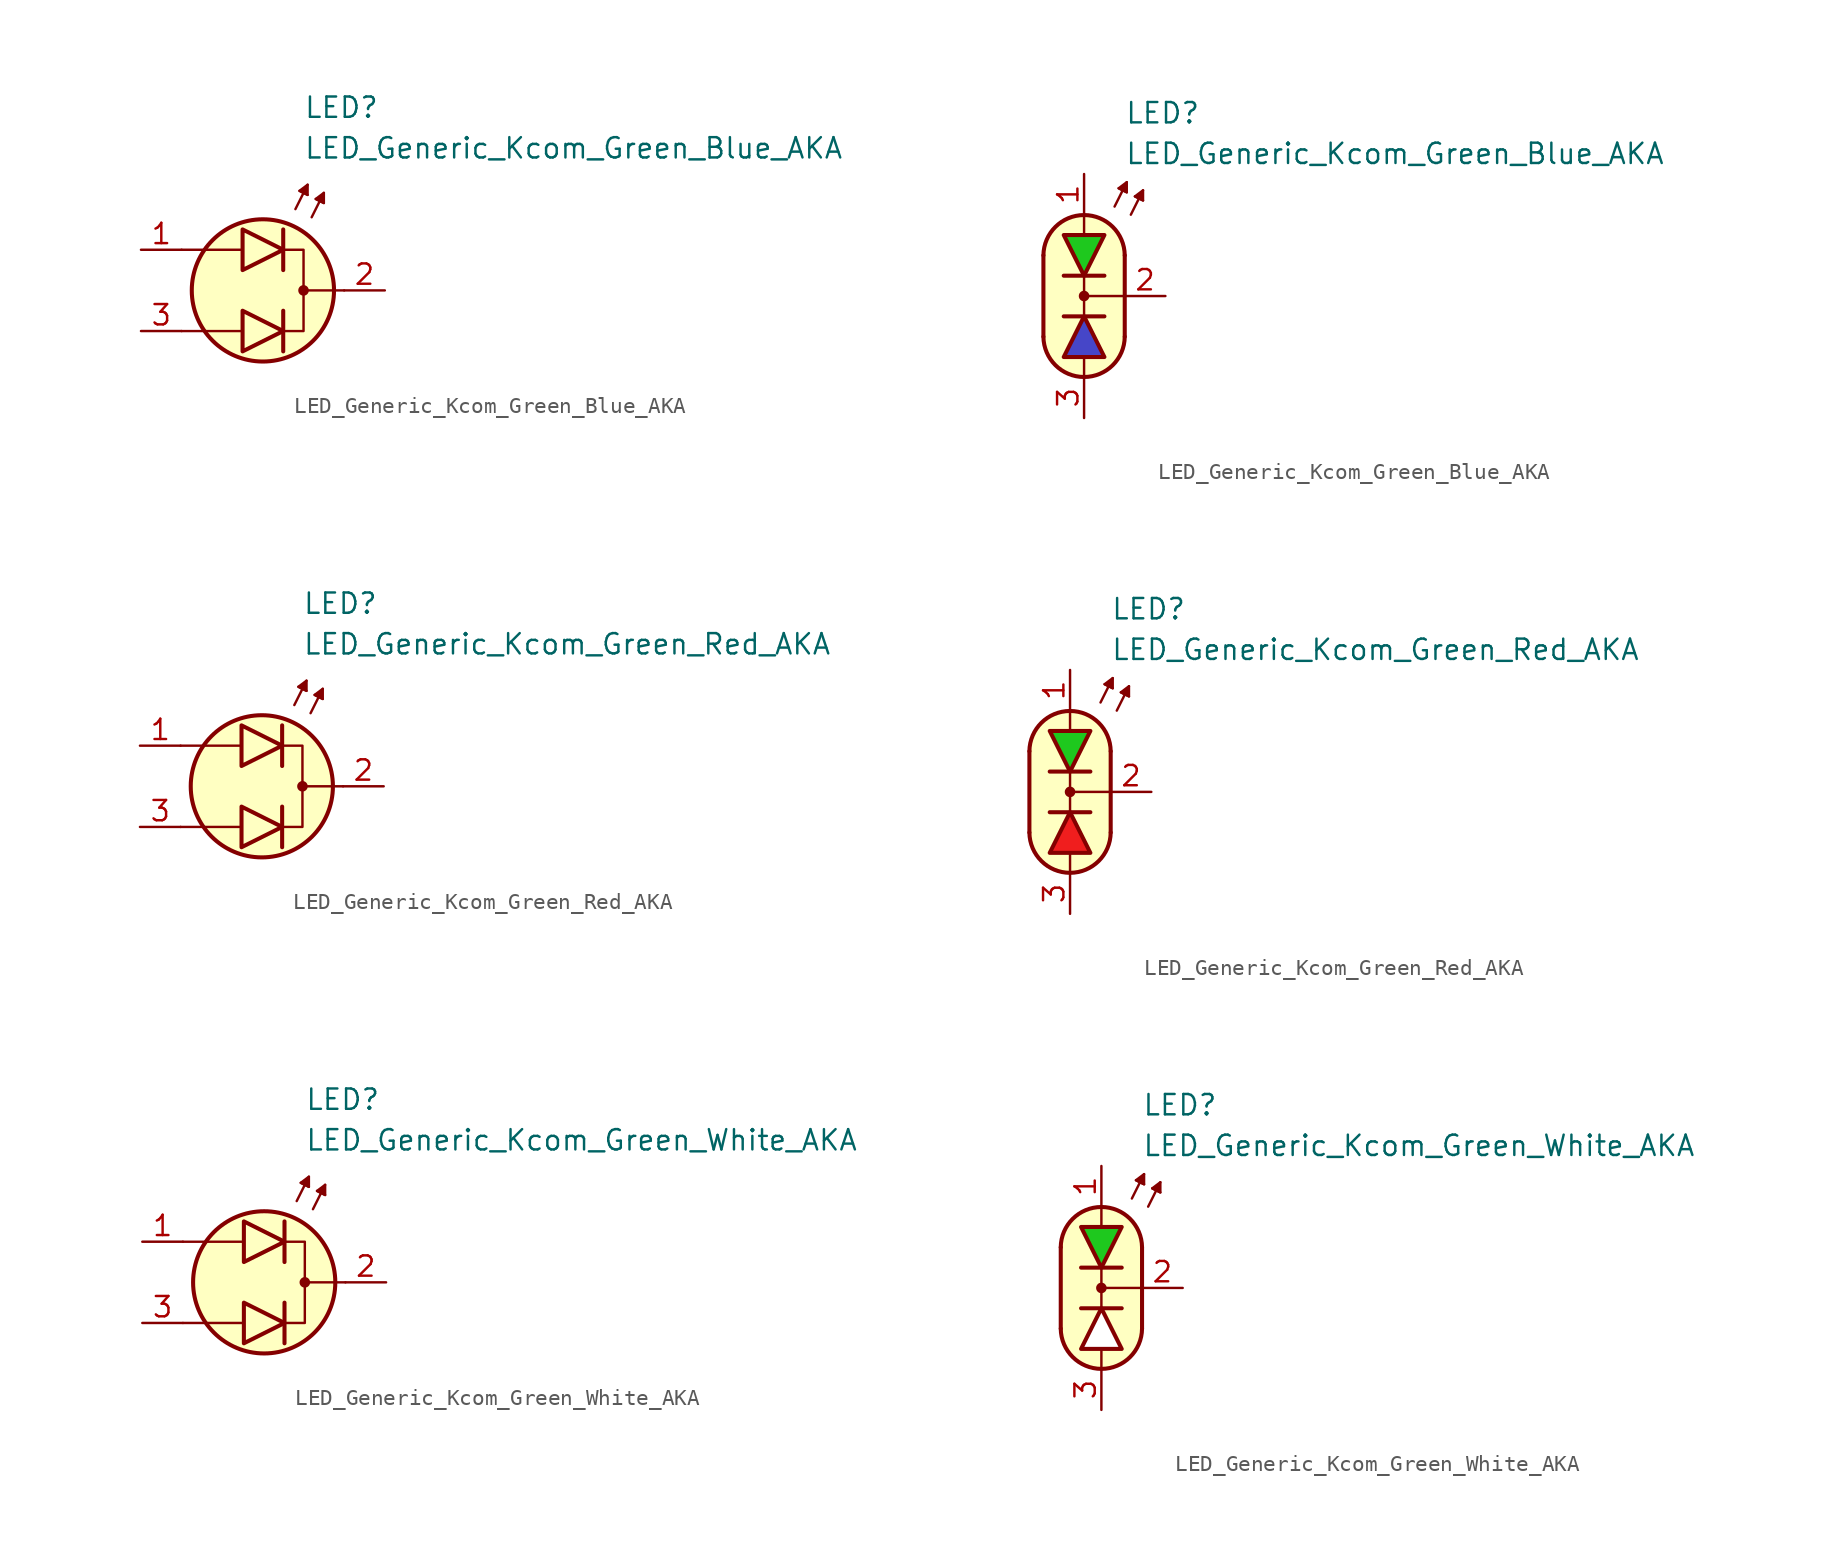
<source format=kicad_sym>
(kicad_symbol_lib
  (version 20231120)
  (generator "kicad_symbol_editor")
  (generator_version "8.0")
  (symbol "LED_Generic_Kcom_Green_Blue_AKA"
    (pin_names
      (offset 1.016) hide)
    (property "Reference" "LED"
      (at 2.54 11.43 0)
      (effects (font (size 1.27 1.27)) (justify left)))
    (property "Value" "LED_Generic_Kcom_Green_Blue_AKA"
      (at 2.54 8.89 0)
      (effects (font (size 1.27 1.27)) (justify left)))
    (symbol "LED_Generic_Kcom_Green_Blue_AKA_0_1"
      (polyline (pts (xy -1.397 -2.54) (xy -5.08 -2.54)) (stroke (width 0.152) (type default)) (fill (type none)))
      (polyline (pts (xy -1.397 2.54) (xy -5.08 2.54)) (stroke (width 0.152) (type default)) (fill (type none)))
      (polyline (pts (xy 1.27 -1.27) (xy 1.27 -3.81)) (stroke (width 0.254) (type default)) (fill (type none)))
      (polyline (pts (xy 1.27 3.81) (xy 1.27 1.27)) (stroke (width 0.254) (type default)) (fill (type none)))
      (polyline (pts (xy 2.032 5.08) (xy 2.794 6.604)) (stroke (width 0.152) (type default)) (fill (type none)))
      (polyline (pts (xy 2.54 6.096) (xy 2.286 6.223)) (stroke (width 0.152) (type default)) (fill (type none)))
      (polyline (pts (xy 2.54 6.096) (xy 2.794 5.969)) (stroke (width 0.152) (type default)) (fill (type none)))
      (polyline (pts (xy 3.048 4.572) (xy 3.81 6.096)) (stroke (width 0.152) (type default)) (fill (type none)))
      (polyline (pts (xy 3.556 5.588) (xy 3.302 5.715)) (stroke (width 0.152) (type default)) (fill (type none)))
      (polyline (pts (xy 3.556 5.588) (xy 3.81 5.461)) (stroke (width 0.152) (type default)) (fill (type none)))
      (polyline (pts (xy 5.08 0) (xy 2.54 0)) (stroke (width 0.152) (type default)) (fill (type none)))
      (polyline (pts (xy -1.27 -1.27) (xy -1.27 -3.81) (xy 1.27 -2.54) (xy -1.27 -1.27)) (stroke (width 0.254) (type default)) (fill (type color) (color 70 70 200 1)))
      (polyline (pts (xy -1.27 3.81) (xy -1.27 1.27) (xy 1.27 2.54) (xy -1.27 3.81)) (stroke (width 0.254) (type default)) (fill (type color) (color 30 200 30 1)))
      (polyline (pts (xy 1.27 2.54) (xy 2.54 2.54) (xy 2.54 -2.54) (xy 1.27 -2.54)) (stroke (width 0.152) (type default)) (fill (type none)))
      (polyline (pts (xy 2.794 5.969) (xy 2.286 6.223) (xy 2.794 6.604) (xy 2.794 5.969)) (stroke (width 0.152) (type default)) (fill (type outline)))
      (polyline (pts (xy 3.81 5.461) (xy 3.302 5.715) (xy 3.81 6.096) (xy 3.81 5.461)) (stroke (width 0.152) (type default)) (fill (type outline)))
      (circle (center 0 0) (radius 4.445) (stroke (width 0.254) (type default)) (fill (type background)))
      (circle (center 2.54 0) (radius 0.254) (stroke (width 0) (type default)) (fill (type outline))))
    (symbol "LED_Generic_Kcom_Green_Blue_AKA_0_2"
      (arc (start -2.54 -2.54) (mid 0 -5.0576) (end 2.54 -2.54) (stroke (width 0.254) (type default)) (fill (type none)))
      (polyline (pts (xy -2.54 2.54) (xy -2.54 -2.54)) (stroke (width 0.254) (type default)) (fill (type none)))
      (polyline (pts (xy -1.27 -1.27) (xy 1.27 -1.27)) (stroke (width 0.254) (type default)) (fill (type none)))
      (polyline (pts (xy 0 -5.08) (xy 0 -3.81)) (stroke (width 0) (type default)) (fill (type none)))
      (polyline (pts (xy 0 -1.27) (xy 0 1.27)) (stroke (width 0) (type default)) (fill (type none)))
      (polyline (pts (xy 0 5.08) (xy 0 3.81)) (stroke (width 0) (type default)) (fill (type none)))
      (polyline (pts (xy 1.27 1.27) (xy -1.27 1.27)) (stroke (width 0.254) (type default)) (fill (type none)))
      (polyline (pts (xy 1.905 5.588) (xy 2.667 7.112)) (stroke (width 0.152) (type default)) (fill (type none)))
      (polyline (pts (xy 2.413 6.604) (xy 2.159 6.731)) (stroke (width 0.152) (type default)) (fill (type none)))
      (polyline (pts (xy 2.413 6.604) (xy 2.667 6.477)) (stroke (width 0.152) (type default)) (fill (type none)))
      (polyline (pts (xy 2.54 -2.54) (xy 2.54 2.54)) (stroke (width 0.254) (type default)) (fill (type none)))
      (polyline (pts (xy 2.54 0) (xy 0 0)) (stroke (width 0) (type default)) (fill (type none)))
      (polyline (pts (xy 2.921 5.08) (xy 3.683 6.604)) (stroke (width 0.152) (type default)) (fill (type none)))
      (polyline (pts (xy 3.429 6.096) (xy 3.175 6.223)) (stroke (width 0.152) (type default)) (fill (type none)))
      (polyline (pts (xy 3.429 6.096) (xy 3.683 5.969)) (stroke (width 0.152) (type default)) (fill (type none)))
      (polyline (pts (xy 2.667 6.477) (xy 2.159 6.731) (xy 2.667 7.112) (xy 2.667 6.477)) (stroke (width 0.152) (type default)) (fill (type outline)))
      (polyline (pts (xy 3.683 5.969) (xy 3.175 6.223) (xy 3.683 6.604) (xy 3.683 5.969)) (stroke (width 0.152) (type default)) (fill (type outline)))
      (polyline (pts (xy 0 5.08) (xy 1.016 4.826) (xy 1.778 4.318) (xy 2.286 3.556) (xy 2.54 3.048) (xy 2.54 -2.794) (xy 2.286 -3.556) (xy 1.778 -4.318) (xy 1.016 -4.826) (xy 0.254 -5.08) (xy -0.254 -5.08) (xy -1.016 -4.826) (xy -1.524 -4.572) (xy -2.032 -4.064) (xy -2.286 -3.556) (xy -2.54 -2.794) (xy -2.54 2.794) (xy -2.286 3.556) (xy -2.032 4.064) (xy -1.524 4.572) (xy -1.016 4.826) (xy 0 5.08)) (stroke (width 0.01) (type default)) (fill (type background)))
      (circle (center 0 0) (radius 0.254) (stroke (width 0) (type default)) (fill (type outline)))
      (arc (start 2.54 2.54) (mid 0 5.0576) (end -2.54 2.54) (stroke (width 0.254) (type default)) (fill (type none))))
    (symbol "LED_Generic_Kcom_Green_Blue_AKA_1_1"
      (pin passive line (at -7.62 2.54 0) (length 2.54) (name "A1" (effects (font (size 1.27 1.27)))) (number "1" (effects (font (size 1.27 1.27)))))
      (pin passive line (at 7.62 0 180) (length 2.54) (name "K" (effects (font (size 1.27 1.27)))) (number "2" (effects (font (size 1.27 1.27)))))
      (pin passive line (at -7.62 -2.54 0) (length 2.54) (name "A2" (effects (font (size 1.27 1.27)))) (number "3" (effects (font (size 1.27 1.27))))))
    (symbol "LED_Generic_Kcom_Green_Blue_AKA_1_2"
      (polyline (pts (xy -1.27 -3.81) (xy 1.27 -3.81) (xy 0 -1.27) (xy -1.27 -3.81)) (stroke (width 0.254) (type default)) (fill (type color) (color 70 70 200 1)))
      (polyline (pts (xy 1.27 3.81) (xy -1.27 3.81) (xy 0 1.27) (xy 1.27 3.81)) (stroke (width 0.254) (type default)) (fill (type color) (color 30 200 30 1)))
      (pin passive line (at 0 7.62 270) (length 2.54) (name "A1" (effects (font (size 1.27 1.27)))) (number "1" (effects (font (size 1.27 1.27)))))
      (pin passive line (at 5.08 0 180) (length 2.54) (name "K" (effects (font (size 1.27 1.27)))) (number "2" (effects (font (size 1.27 1.27)))))
      (pin passive line (at 0 -7.62 90) (length 2.54) (name "A2" (effects (font (size 1.27 1.27)))) (number "3" (effects (font (size 1.27 1.27)))))))
  (symbol "LED_Generic_Kcom_Green_Red_AKA"
    (pin_names
      (offset 1.016) hide)
    (property "Reference" "LED"
      (at 2.54 11.43 0)
      (effects (font (size 1.27 1.27)) (justify left)))
    (property "Value" "LED_Generic_Kcom_Green_Red_AKA"
      (at 2.54 8.89 0)
      (effects (font (size 1.27 1.27)) (justify left)))
    (symbol "LED_Generic_Kcom_Green_Red_AKA_0_1"
      (polyline (pts (xy -1.397 -2.54) (xy -5.08 -2.54)) (stroke (width 0.152) (type default)) (fill (type none)))
      (polyline (pts (xy -1.397 2.54) (xy -5.08 2.54)) (stroke (width 0.152) (type default)) (fill (type none)))
      (polyline (pts (xy 1.27 -1.27) (xy 1.27 -3.81)) (stroke (width 0.254) (type default)) (fill (type none)))
      (polyline (pts (xy 1.27 3.81) (xy 1.27 1.27)) (stroke (width 0.254) (type default)) (fill (type none)))
      (polyline (pts (xy 2.032 5.08) (xy 2.794 6.604)) (stroke (width 0.152) (type default)) (fill (type none)))
      (polyline (pts (xy 2.54 6.096) (xy 2.286 6.223)) (stroke (width 0.152) (type default)) (fill (type none)))
      (polyline (pts (xy 2.54 6.096) (xy 2.794 5.969)) (stroke (width 0.152) (type default)) (fill (type none)))
      (polyline (pts (xy 3.048 4.572) (xy 3.81 6.096)) (stroke (width 0.152) (type default)) (fill (type none)))
      (polyline (pts (xy 3.556 5.588) (xy 3.302 5.715)) (stroke (width 0.152) (type default)) (fill (type none)))
      (polyline (pts (xy 3.556 5.588) (xy 3.81 5.461)) (stroke (width 0.152) (type default)) (fill (type none)))
      (polyline (pts (xy 5.08 0) (xy 2.54 0)) (stroke (width 0.152) (type default)) (fill (type none)))
      (polyline (pts (xy -1.27 -1.27) (xy -1.27 -3.81) (xy 1.27 -2.54) (xy -1.27 -1.27)) (stroke (width 0.254) (type default)) (fill (type color) (color 240 30 30 1)))
      (polyline (pts (xy -1.27 3.81) (xy -1.27 1.27) (xy 1.27 2.54) (xy -1.27 3.81)) (stroke (width 0.254) (type default)) (fill (type color) (color 30 200 30 1)))
      (polyline (pts (xy 1.27 2.54) (xy 2.54 2.54) (xy 2.54 -2.54) (xy 1.27 -2.54)) (stroke (width 0.152) (type default)) (fill (type none)))
      (polyline (pts (xy 2.794 5.969) (xy 2.286 6.223) (xy 2.794 6.604) (xy 2.794 5.969)) (stroke (width 0.152) (type default)) (fill (type outline)))
      (polyline (pts (xy 3.81 5.461) (xy 3.302 5.715) (xy 3.81 6.096) (xy 3.81 5.461)) (stroke (width 0.152) (type default)) (fill (type outline)))
      (circle (center 0 0) (radius 4.445) (stroke (width 0.254) (type default)) (fill (type background)))
      (circle (center 2.54 0) (radius 0.254) (stroke (width 0) (type default)) (fill (type outline))))
    (symbol "LED_Generic_Kcom_Green_Red_AKA_0_2"
      (arc (start -2.54 -2.54) (mid 0 -5.0576) (end 2.54 -2.54) (stroke (width 0.254) (type default)) (fill (type none)))
      (polyline (pts (xy -2.54 2.54) (xy -2.54 -2.54)) (stroke (width 0.254) (type default)) (fill (type none)))
      (polyline (pts (xy -1.27 -1.27) (xy 1.27 -1.27)) (stroke (width 0.254) (type default)) (fill (type none)))
      (polyline (pts (xy 0 -5.08) (xy 0 -3.81)) (stroke (width 0) (type default)) (fill (type none)))
      (polyline (pts (xy 0 -1.27) (xy 0 1.27)) (stroke (width 0) (type default)) (fill (type none)))
      (polyline (pts (xy 0 5.08) (xy 0 3.81)) (stroke (width 0) (type default)) (fill (type none)))
      (polyline (pts (xy 1.27 1.27) (xy -1.27 1.27)) (stroke (width 0.254) (type default)) (fill (type none)))
      (polyline (pts (xy 1.905 5.588) (xy 2.667 7.112)) (stroke (width 0.152) (type default)) (fill (type none)))
      (polyline (pts (xy 2.413 6.604) (xy 2.159 6.731)) (stroke (width 0.152) (type default)) (fill (type none)))
      (polyline (pts (xy 2.413 6.604) (xy 2.667 6.477)) (stroke (width 0.152) (type default)) (fill (type none)))
      (polyline (pts (xy 2.54 -2.54) (xy 2.54 2.54)) (stroke (width 0.254) (type default)) (fill (type none)))
      (polyline (pts (xy 2.54 0) (xy 0 0)) (stroke (width 0) (type default)) (fill (type none)))
      (polyline (pts (xy 2.921 5.08) (xy 3.683 6.604)) (stroke (width 0.152) (type default)) (fill (type none)))
      (polyline (pts (xy 3.429 6.096) (xy 3.175 6.223)) (stroke (width 0.152) (type default)) (fill (type none)))
      (polyline (pts (xy 3.429 6.096) (xy 3.683 5.969)) (stroke (width 0.152) (type default)) (fill (type none)))
      (polyline (pts (xy 2.667 6.477) (xy 2.159 6.731) (xy 2.667 7.112) (xy 2.667 6.477)) (stroke (width 0.152) (type default)) (fill (type outline)))
      (polyline (pts (xy 3.683 5.969) (xy 3.175 6.223) (xy 3.683 6.604) (xy 3.683 5.969)) (stroke (width 0.152) (type default)) (fill (type outline)))
      (polyline (pts (xy 0 5.08) (xy 1.016 4.826) (xy 1.778 4.318) (xy 2.286 3.556) (xy 2.54 3.048) (xy 2.54 -2.794) (xy 2.286 -3.556) (xy 1.778 -4.318) (xy 1.016 -4.826) (xy 0.254 -5.08) (xy -0.254 -5.08) (xy -1.016 -4.826) (xy -1.524 -4.572) (xy -2.032 -4.064) (xy -2.286 -3.556) (xy -2.54 -2.794) (xy -2.54 2.794) (xy -2.286 3.556) (xy -2.032 4.064) (xy -1.524 4.572) (xy -1.016 4.826) (xy 0 5.08)) (stroke (width 0.01) (type default)) (fill (type background)))
      (circle (center 0 0) (radius 0.254) (stroke (width 0) (type default)) (fill (type outline)))
      (arc (start 2.54 2.54) (mid 0 5.0576) (end -2.54 2.54) (stroke (width 0.254) (type default)) (fill (type none))))
    (symbol "LED_Generic_Kcom_Green_Red_AKA_1_1"
      (pin passive line (at -7.62 2.54 0) (length 2.54) (name "A1" (effects (font (size 1.27 1.27)))) (number "1" (effects (font (size 1.27 1.27)))))
      (pin passive line (at 7.62 0 180) (length 2.54) (name "K" (effects (font (size 1.27 1.27)))) (number "2" (effects (font (size 1.27 1.27)))))
      (pin passive line (at -7.62 -2.54 0) (length 2.54) (name "A2" (effects (font (size 1.27 1.27)))) (number "3" (effects (font (size 1.27 1.27))))))
    (symbol "LED_Generic_Kcom_Green_Red_AKA_1_2"
      (polyline (pts (xy -1.27 -3.81) (xy 1.27 -3.81) (xy 0 -1.27) (xy -1.27 -3.81)) (stroke (width 0.254) (type default)) (fill (type color) (color 240 30 30 1)))
      (polyline (pts (xy 1.27 3.81) (xy -1.27 3.81) (xy 0 1.27) (xy 1.27 3.81)) (stroke (width 0.254) (type default)) (fill (type color) (color 30 200 30 1)))
      (pin passive line (at 0 7.62 270) (length 2.54) (name "A1" (effects (font (size 1.27 1.27)))) (number "1" (effects (font (size 1.27 1.27)))))
      (pin passive line (at 5.08 0 180) (length 2.54) (name "K" (effects (font (size 1.27 1.27)))) (number "2" (effects (font (size 1.27 1.27)))))
      (pin passive line (at 0 -7.62 90) (length 2.54) (name "A2" (effects (font (size 1.27 1.27)))) (number "3" (effects (font (size 1.27 1.27)))))))
  (symbol "LED_Generic_Kcom_Green_White_AKA"
    (pin_names
      (offset 1.016) hide)
    (property "Reference" "LED"
      (at 2.54 11.43 0)
      (effects (font (size 1.27 1.27)) (justify left)))
    (property "Value" "LED_Generic_Kcom_Green_White_AKA"
      (at 2.54 8.89 0)
      (effects (font (size 1.27 1.27)) (justify left)))
    (symbol "LED_Generic_Kcom_Green_White_AKA_0_1"
      (polyline (pts (xy -1.397 -2.54) (xy -5.08 -2.54)) (stroke (width 0.152) (type default)) (fill (type none)))
      (polyline (pts (xy -1.397 2.54) (xy -5.08 2.54)) (stroke (width 0.152) (type default)) (fill (type none)))
      (polyline (pts (xy 1.27 -1.27) (xy 1.27 -3.81)) (stroke (width 0.254) (type default)) (fill (type none)))
      (polyline (pts (xy 1.27 3.81) (xy 1.27 1.27)) (stroke (width 0.254) (type default)) (fill (type none)))
      (polyline (pts (xy 2.032 5.08) (xy 2.794 6.604)) (stroke (width 0.152) (type default)) (fill (type none)))
      (polyline (pts (xy 2.54 6.096) (xy 2.286 6.223)) (stroke (width 0.152) (type default)) (fill (type none)))
      (polyline (pts (xy 2.54 6.096) (xy 2.794 5.969)) (stroke (width 0.152) (type default)) (fill (type none)))
      (polyline (pts (xy 3.048 4.572) (xy 3.81 6.096)) (stroke (width 0.152) (type default)) (fill (type none)))
      (polyline (pts (xy 3.556 5.588) (xy 3.302 5.715)) (stroke (width 0.152) (type default)) (fill (type none)))
      (polyline (pts (xy 3.556 5.588) (xy 3.81 5.461)) (stroke (width 0.152) (type default)) (fill (type none)))
      (polyline (pts (xy 5.08 0) (xy 2.54 0)) (stroke (width 0.152) (type default)) (fill (type none)))
      (polyline (pts (xy -1.27 -1.27) (xy -1.27 -3.81) (xy 1.27 -2.54) (xy -1.27 -1.27)) (stroke (width 0.254) (type default)) (fill (type color) (color 255 255 255 1)))
      (polyline (pts (xy -1.27 3.81) (xy -1.27 1.27) (xy 1.27 2.54) (xy -1.27 3.81)) (stroke (width 0.254) (type default)) (fill (type color) (color 30 200 30 1)))
      (polyline (pts (xy 1.27 2.54) (xy 2.54 2.54) (xy 2.54 -2.54) (xy 1.27 -2.54)) (stroke (width 0.152) (type default)) (fill (type none)))
      (polyline (pts (xy 2.794 5.969) (xy 2.286 6.223) (xy 2.794 6.604) (xy 2.794 5.969)) (stroke (width 0.152) (type default)) (fill (type outline)))
      (polyline (pts (xy 3.81 5.461) (xy 3.302 5.715) (xy 3.81 6.096) (xy 3.81 5.461)) (stroke (width 0.152) (type default)) (fill (type outline)))
      (circle (center 0 0) (radius 4.445) (stroke (width 0.254) (type default)) (fill (type background)))
      (circle (center 2.54 0) (radius 0.254) (stroke (width 0) (type default)) (fill (type outline))))
    (symbol "LED_Generic_Kcom_Green_White_AKA_0_2"
      (arc (start -2.54 -2.54) (mid 0 -5.0576) (end 2.54 -2.54) (stroke (width 0.254) (type default)) (fill (type none)))
      (polyline (pts (xy -2.54 2.54) (xy -2.54 -2.54)) (stroke (width 0.254) (type default)) (fill (type none)))
      (polyline (pts (xy -1.27 -1.27) (xy 1.27 -1.27)) (stroke (width 0.254) (type default)) (fill (type none)))
      (polyline (pts (xy 0 -5.08) (xy 0 -3.81)) (stroke (width 0) (type default)) (fill (type none)))
      (polyline (pts (xy 0 -1.27) (xy 0 1.27)) (stroke (width 0) (type default)) (fill (type none)))
      (polyline (pts (xy 0 5.08) (xy 0 3.81)) (stroke (width 0) (type default)) (fill (type none)))
      (polyline (pts (xy 1.27 1.27) (xy -1.27 1.27)) (stroke (width 0.254) (type default)) (fill (type none)))
      (polyline (pts (xy 1.905 5.588) (xy 2.667 7.112)) (stroke (width 0.152) (type default)) (fill (type none)))
      (polyline (pts (xy 2.413 6.604) (xy 2.159 6.731)) (stroke (width 0.152) (type default)) (fill (type none)))
      (polyline (pts (xy 2.413 6.604) (xy 2.667 6.477)) (stroke (width 0.152) (type default)) (fill (type none)))
      (polyline (pts (xy 2.54 -2.54) (xy 2.54 2.54)) (stroke (width 0.254) (type default)) (fill (type none)))
      (polyline (pts (xy 2.54 0) (xy 0 0)) (stroke (width 0) (type default)) (fill (type none)))
      (polyline (pts (xy 2.921 5.08) (xy 3.683 6.604)) (stroke (width 0.152) (type default)) (fill (type none)))
      (polyline (pts (xy 3.429 6.096) (xy 3.175 6.223)) (stroke (width 0.152) (type default)) (fill (type none)))
      (polyline (pts (xy 3.429 6.096) (xy 3.683 5.969)) (stroke (width 0.152) (type default)) (fill (type none)))
      (polyline (pts (xy 2.667 6.477) (xy 2.159 6.731) (xy 2.667 7.112) (xy 2.667 6.477)) (stroke (width 0.152) (type default)) (fill (type outline)))
      (polyline (pts (xy 3.683 5.969) (xy 3.175 6.223) (xy 3.683 6.604) (xy 3.683 5.969)) (stroke (width 0.152) (type default)) (fill (type outline)))
      (polyline (pts (xy 0 5.08) (xy 1.016 4.826) (xy 1.778 4.318) (xy 2.286 3.556) (xy 2.54 3.048) (xy 2.54 -2.794) (xy 2.286 -3.556) (xy 1.778 -4.318) (xy 1.016 -4.826) (xy 0.254 -5.08) (xy -0.254 -5.08) (xy -1.016 -4.826) (xy -1.524 -4.572) (xy -2.032 -4.064) (xy -2.286 -3.556) (xy -2.54 -2.794) (xy -2.54 2.794) (xy -2.286 3.556) (xy -2.032 4.064) (xy -1.524 4.572) (xy -1.016 4.826) (xy 0 5.08)) (stroke (width 0.01) (type default)) (fill (type background)))
      (circle (center 0 0) (radius 0.254) (stroke (width 0) (type default)) (fill (type outline)))
      (arc (start 2.54 2.54) (mid 0 5.0576) (end -2.54 2.54) (stroke (width 0.254) (type default)) (fill (type none))))
    (symbol "LED_Generic_Kcom_Green_White_AKA_1_1"
      (pin passive line (at -7.62 2.54 0) (length 2.54) (name "A1" (effects (font (size 1.27 1.27)))) (number "1" (effects (font (size 1.27 1.27)))))
      (pin passive line (at 7.62 0 180) (length 2.54) (name "K" (effects (font (size 1.27 1.27)))) (number "2" (effects (font (size 1.27 1.27)))))
      (pin passive line (at -7.62 -2.54 0) (length 2.54) (name "A2" (effects (font (size 1.27 1.27)))) (number "3" (effects (font (size 1.27 1.27))))))
    (symbol "LED_Generic_Kcom_Green_White_AKA_1_2"
      (polyline (pts (xy -1.27 -3.81) (xy 1.27 -3.81) (xy 0 -1.27) (xy -1.27 -3.81)) (stroke (width 0.254) (type default)) (fill (type color) (color 255 255 255 1)))
      (polyline (pts (xy 1.27 3.81) (xy -1.27 3.81) (xy 0 1.27) (xy 1.27 3.81)) (stroke (width 0.254) (type default)) (fill (type color) (color 30 200 30 1)))
      (pin passive line (at 0 7.62 270) (length 2.54) (name "A1" (effects (font (size 1.27 1.27)))) (number "1" (effects (font (size 1.27 1.27)))))
      (pin passive line (at 5.08 0 180) (length 2.54) (name "K" (effects (font (size 1.27 1.27)))) (number "2" (effects (font (size 1.27 1.27)))))
      (pin passive line (at 0 -7.62 90) (length 2.54) (name "A2" (effects (font (size 1.27 1.27)))) (number "3" (effects (font (size 1.27 1.27))))))))
</source>
